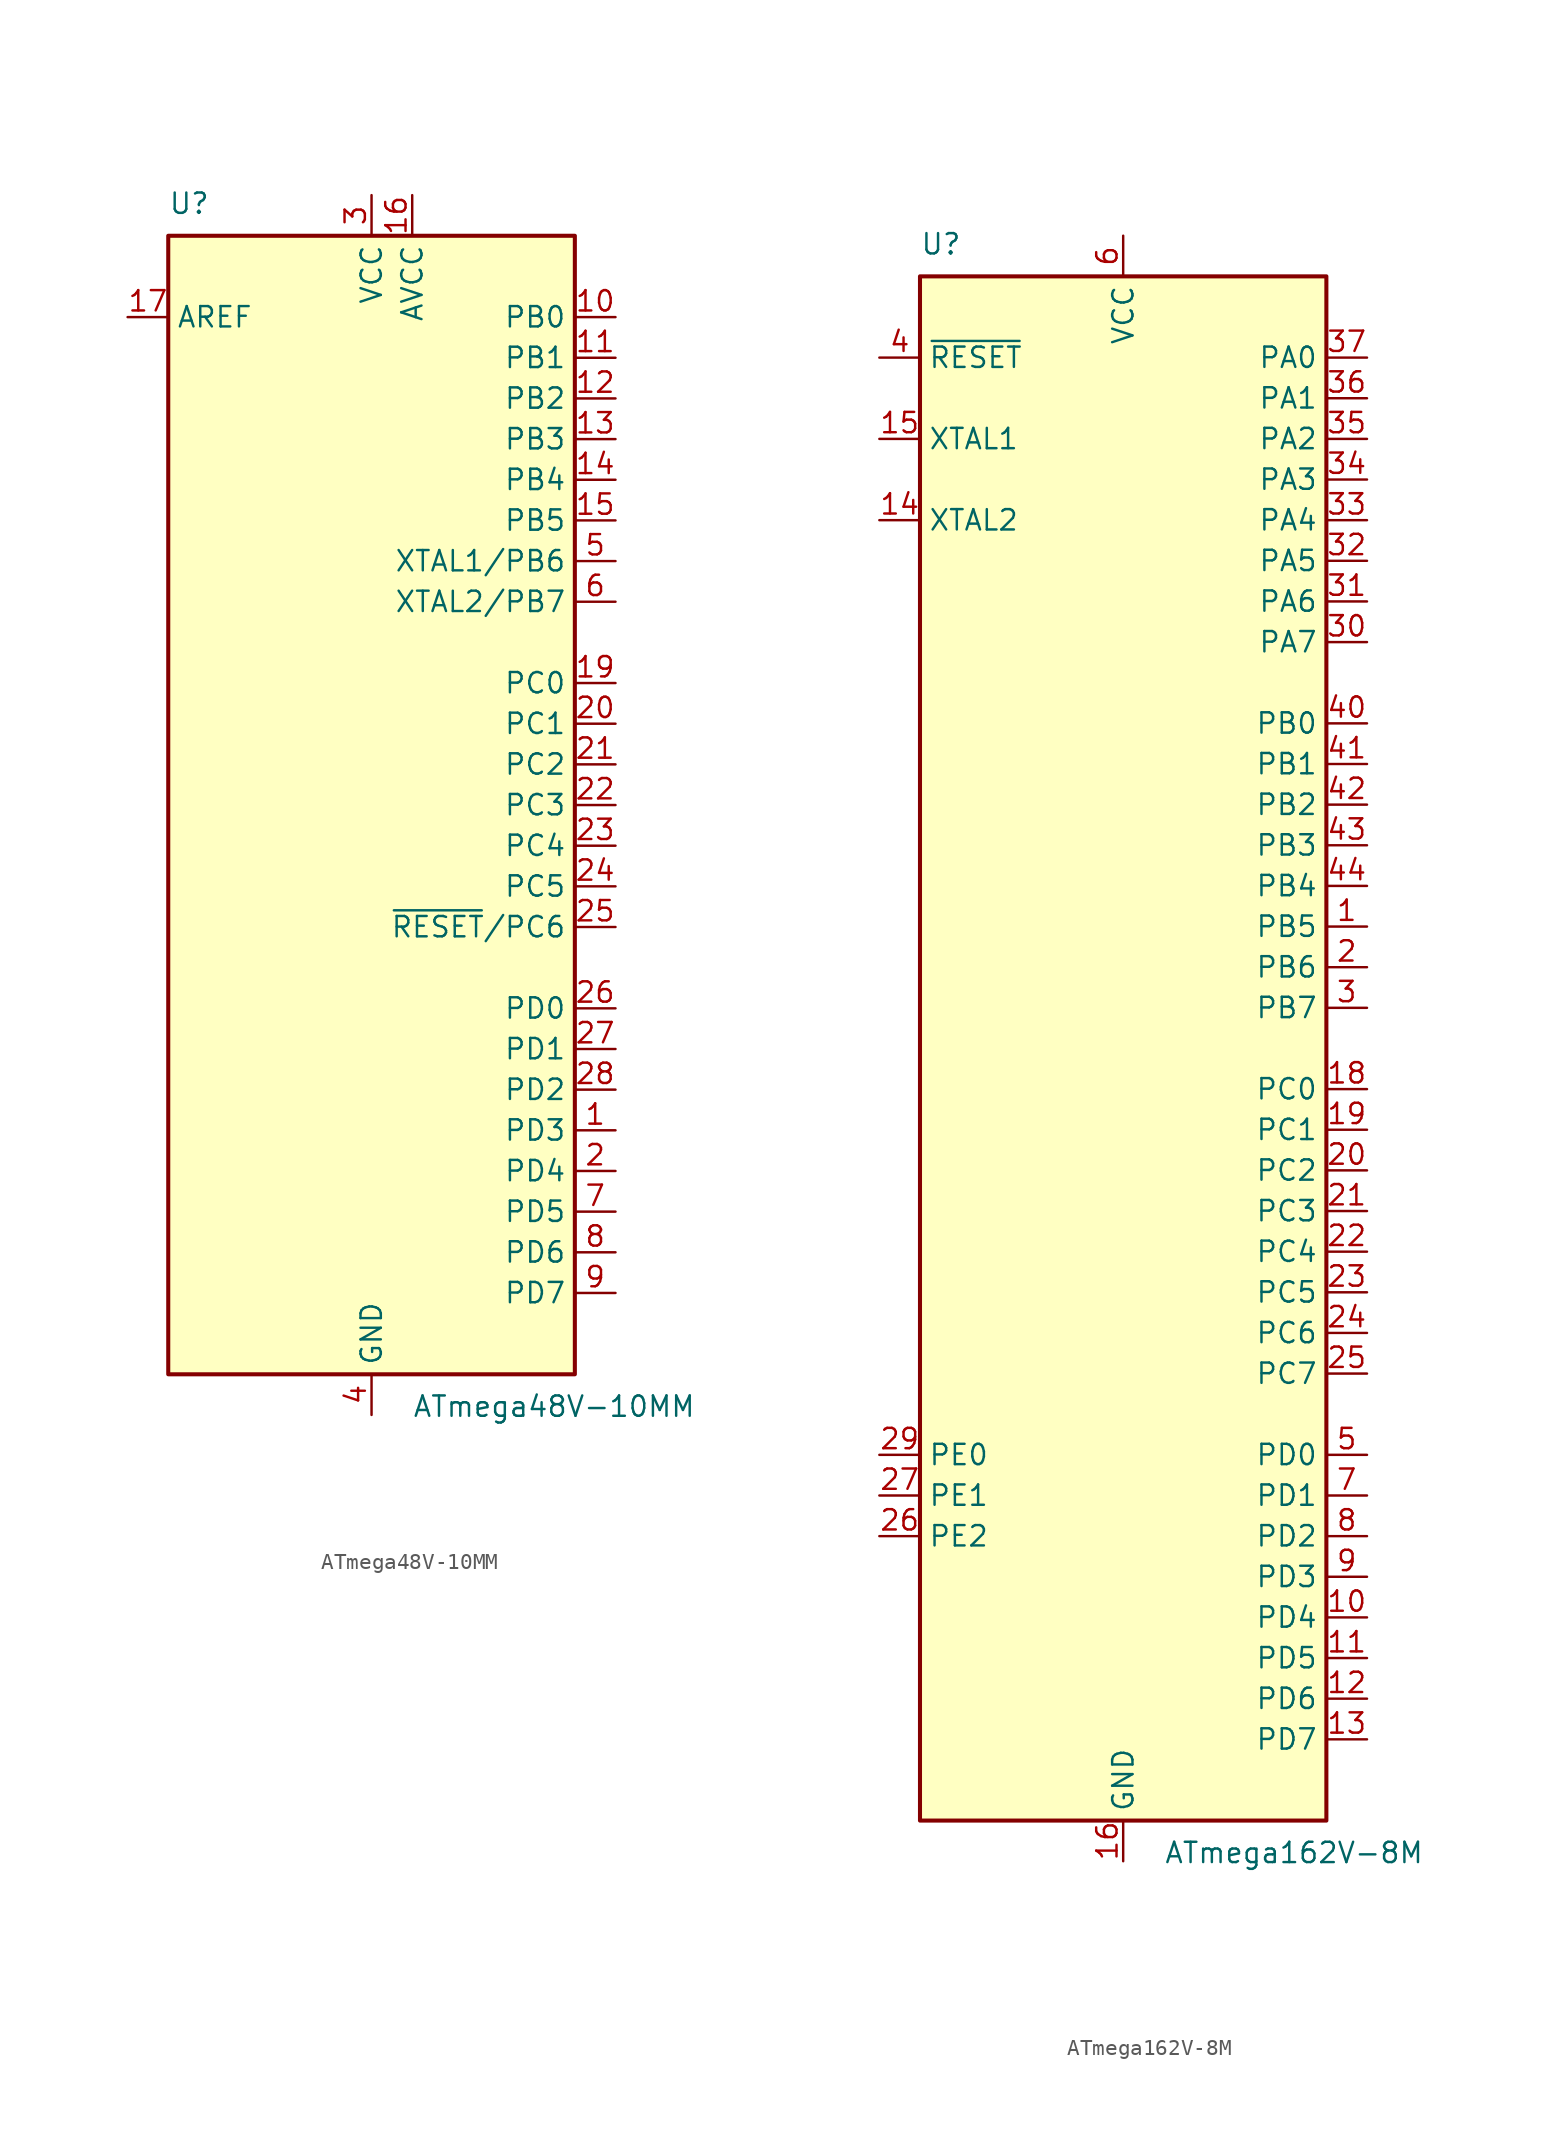
<source format=kicad_sym>
(kicad_symbol_lib
  (version 20201005)
  (generator kicad_symbol_editor)
  (symbol "MCU_Microchip_ATmega:ATmega48V-10MM"
    (property "Reference" "U"
      (at -12.7 36.83 0)
      (effects (font (size 1.27 1.27)) (justify left bottom)))
    (property "Value" "ATmega48V-10MM"
      (at 2.54 -36.83 0)
      (effects (font (size 1.27 1.27)) (justify left top)))
    (symbol "ATmega48V-10MM_0_1"
      (rectangle (start -12.7 -35.56) (end 12.7 35.56) (stroke (width 0.254)) (fill (type background))))
    (symbol "ATmega48V-10MM_1_1"
      (pin bidirectional line (at 15.24 -20.32 180) (length 2.54) (name "PD3" (effects (font (size 1.27 1.27)))) (number "1" (effects (font (size 1.27 1.27)))))
      (pin bidirectional line (at 15.24 30.48 180) (length 2.54) (name "PB0" (effects (font (size 1.27 1.27)))) (number "10" (effects (font (size 1.27 1.27)))))
      (pin bidirectional line (at 15.24 27.94 180) (length 2.54) (name "PB1" (effects (font (size 1.27 1.27)))) (number "11" (effects (font (size 1.27 1.27)))))
      (pin bidirectional line (at 15.24 25.4 180) (length 2.54) (name "PB2" (effects (font (size 1.27 1.27)))) (number "12" (effects (font (size 1.27 1.27)))))
      (pin bidirectional line (at 15.24 22.86 180) (length 2.54) (name "PB3" (effects (font (size 1.27 1.27)))) (number "13" (effects (font (size 1.27 1.27)))))
      (pin bidirectional line (at 15.24 20.32 180) (length 2.54) (name "PB4" (effects (font (size 1.27 1.27)))) (number "14" (effects (font (size 1.27 1.27)))))
      (pin bidirectional line (at 15.24 17.78 180) (length 2.54) (name "PB5" (effects (font (size 1.27 1.27)))) (number "15" (effects (font (size 1.27 1.27)))))
      (pin power_in line (at 2.54 38.1 270) (length 2.54) (name "AVCC" (effects (font (size 1.27 1.27)))) (number "16" (effects (font (size 1.27 1.27)))))
      (pin passive line (at -15.24 30.48 0) (length 2.54) (name "AREF" (effects (font (size 1.27 1.27)))) (number "17" (effects (font (size 1.27 1.27)))))
      (pin passive line (at 0 -38.1 90) (length 2.54) hide (name "GND" (effects (font (size 1.27 1.27)))) (number "18" (effects (font (size 1.27 1.27)))))
      (pin bidirectional line (at 15.24 7.62 180) (length 2.54) (name "PC0" (effects (font (size 1.27 1.27)))) (number "19" (effects (font (size 1.27 1.27)))))
      (pin bidirectional line (at 15.24 -22.86 180) (length 2.54) (name "PD4" (effects (font (size 1.27 1.27)))) (number "2" (effects (font (size 1.27 1.27)))))
      (pin bidirectional line (at 15.24 5.08 180) (length 2.54) (name "PC1" (effects (font (size 1.27 1.27)))) (number "20" (effects (font (size 1.27 1.27)))))
      (pin bidirectional line (at 15.24 2.54 180) (length 2.54) (name "PC2" (effects (font (size 1.27 1.27)))) (number "21" (effects (font (size 1.27 1.27)))))
      (pin bidirectional line (at 15.24 0 180) (length 2.54) (name "PC3" (effects (font (size 1.27 1.27)))) (number "22" (effects (font (size 1.27 1.27)))))
      (pin bidirectional line (at 15.24 -2.54 180) (length 2.54) (name "PC4" (effects (font (size 1.27 1.27)))) (number "23" (effects (font (size 1.27 1.27)))))
      (pin bidirectional line (at 15.24 -5.08 180) (length 2.54) (name "PC5" (effects (font (size 1.27 1.27)))) (number "24" (effects (font (size 1.27 1.27)))))
      (pin bidirectional line (at 15.24 -7.62 180) (length 2.54) (name "~RESET~/PC6" (effects (font (size 1.27 1.27)))) (number "25" (effects (font (size 1.27 1.27)))))
      (pin bidirectional line (at 15.24 -12.7 180) (length 2.54) (name "PD0" (effects (font (size 1.27 1.27)))) (number "26" (effects (font (size 1.27 1.27)))))
      (pin bidirectional line (at 15.24 -15.24 180) (length 2.54) (name "PD1" (effects (font (size 1.27 1.27)))) (number "27" (effects (font (size 1.27 1.27)))))
      (pin bidirectional line (at 15.24 -17.78 180) (length 2.54) (name "PD2" (effects (font (size 1.27 1.27)))) (number "28" (effects (font (size 1.27 1.27)))))
      (pin passive line (at 0 -38.1 90) (length 2.54) hide (name "GND" (effects (font (size 1.27 1.27)))) (number "29" (effects (font (size 1.27 1.27)))))
      (pin power_in line (at 0 38.1 270) (length 2.54) (name "VCC" (effects (font (size 1.27 1.27)))) (number "3" (effects (font (size 1.27 1.27)))))
      (pin power_in line (at 0 -38.1 90) (length 2.54) (name "GND" (effects (font (size 1.27 1.27)))) (number "4" (effects (font (size 1.27 1.27)))))
      (pin bidirectional line (at 15.24 15.24 180) (length 2.54) (name "XTAL1/PB6" (effects (font (size 1.27 1.27)))) (number "5" (effects (font (size 1.27 1.27)))))
      (pin bidirectional line (at 15.24 12.7 180) (length 2.54) (name "XTAL2/PB7" (effects (font (size 1.27 1.27)))) (number "6" (effects (font (size 1.27 1.27)))))
      (pin bidirectional line (at 15.24 -25.4 180) (length 2.54) (name "PD5" (effects (font (size 1.27 1.27)))) (number "7" (effects (font (size 1.27 1.27)))))
      (pin bidirectional line (at 15.24 -27.94 180) (length 2.54) (name "PD6" (effects (font (size 1.27 1.27)))) (number "8" (effects (font (size 1.27 1.27)))))
      (pin bidirectional line (at 15.24 -30.48 180) (length 2.54) (name "PD7" (effects (font (size 1.27 1.27)))) (number "9" (effects (font (size 1.27 1.27)))))))
  (symbol "MCU_Microchip_ATmega:ATmega162V-8M"
    (property "Reference" "U"
      (at -12.7 49.53 0)
      (effects (font (size 1.27 1.27)) (justify left bottom)))
    (property "Value" "ATmega162V-8M"
      (at 2.54 -49.53 0)
      (effects (font (size 1.27 1.27)) (justify left top)))
    (symbol "ATmega162V-8M_0_1"
      (rectangle (start -12.7 -48.26) (end 12.7 48.26) (stroke (width 0.254)) (fill (type background))))
    (symbol "ATmega162V-8M_1_1"
      (pin bidirectional line (at 15.24 7.62 180) (length 2.54) (name "PB5" (effects (font (size 1.27 1.27)))) (number "1" (effects (font (size 1.27 1.27)))))
      (pin bidirectional line (at 15.24 -35.56 180) (length 2.54) (name "PD4" (effects (font (size 1.27 1.27)))) (number "10" (effects (font (size 1.27 1.27)))))
      (pin bidirectional line (at 15.24 -38.1 180) (length 2.54) (name "PD5" (effects (font (size 1.27 1.27)))) (number "11" (effects (font (size 1.27 1.27)))))
      (pin bidirectional line (at 15.24 -40.64 180) (length 2.54) (name "PD6" (effects (font (size 1.27 1.27)))) (number "12" (effects (font (size 1.27 1.27)))))
      (pin bidirectional line (at 15.24 -43.18 180) (length 2.54) (name "PD7" (effects (font (size 1.27 1.27)))) (number "13" (effects (font (size 1.27 1.27)))))
      (pin output line (at -15.24 33.02 0) (length 2.54) (name "XTAL2" (effects (font (size 1.27 1.27)))) (number "14" (effects (font (size 1.27 1.27)))))
      (pin input line (at -15.24 38.1 0) (length 2.54) (name "XTAL1" (effects (font (size 1.27 1.27)))) (number "15" (effects (font (size 1.27 1.27)))))
      (pin power_in line (at 0 -50.8 90) (length 2.54) (name "GND" (effects (font (size 1.27 1.27)))) (number "16" (effects (font (size 1.27 1.27)))))
      (pin passive line (at 0 50.8 270) (length 2.54) hide (name "VCC" (effects (font (size 1.27 1.27)))) (number "17" (effects (font (size 1.27 1.27)))))
      (pin bidirectional line (at 15.24 -2.54 180) (length 2.54) (name "PC0" (effects (font (size 1.27 1.27)))) (number "18" (effects (font (size 1.27 1.27)))))
      (pin bidirectional line (at 15.24 -5.08 180) (length 2.54) (name "PC1" (effects (font (size 1.27 1.27)))) (number "19" (effects (font (size 1.27 1.27)))))
      (pin bidirectional line (at 15.24 5.08 180) (length 2.54) (name "PB6" (effects (font (size 1.27 1.27)))) (number "2" (effects (font (size 1.27 1.27)))))
      (pin bidirectional line (at 15.24 -7.62 180) (length 2.54) (name "PC2" (effects (font (size 1.27 1.27)))) (number "20" (effects (font (size 1.27 1.27)))))
      (pin bidirectional line (at 15.24 -10.16 180) (length 2.54) (name "PC3" (effects (font (size 1.27 1.27)))) (number "21" (effects (font (size 1.27 1.27)))))
      (pin bidirectional line (at 15.24 -12.7 180) (length 2.54) (name "PC4" (effects (font (size 1.27 1.27)))) (number "22" (effects (font (size 1.27 1.27)))))
      (pin bidirectional line (at 15.24 -15.24 180) (length 2.54) (name "PC5" (effects (font (size 1.27 1.27)))) (number "23" (effects (font (size 1.27 1.27)))))
      (pin bidirectional line (at 15.24 -17.78 180) (length 2.54) (name "PC6" (effects (font (size 1.27 1.27)))) (number "24" (effects (font (size 1.27 1.27)))))
      (pin bidirectional line (at 15.24 -20.32 180) (length 2.54) (name "PC7" (effects (font (size 1.27 1.27)))) (number "25" (effects (font (size 1.27 1.27)))))
      (pin bidirectional line (at -15.24 -30.48 0) (length 2.54) (name "PE2" (effects (font (size 1.27 1.27)))) (number "26" (effects (font (size 1.27 1.27)))))
      (pin bidirectional line (at -15.24 -27.94 0) (length 2.54) (name "PE1" (effects (font (size 1.27 1.27)))) (number "27" (effects (font (size 1.27 1.27)))))
      (pin passive line (at 0 -50.8 90) (length 2.54) hide (name "GND" (effects (font (size 1.27 1.27)))) (number "28" (effects (font (size 1.27 1.27)))))
      (pin bidirectional line (at -15.24 -25.4 0) (length 2.54) (name "PE0" (effects (font (size 1.27 1.27)))) (number "29" (effects (font (size 1.27 1.27)))))
      (pin bidirectional line (at 15.24 2.54 180) (length 2.54) (name "PB7" (effects (font (size 1.27 1.27)))) (number "3" (effects (font (size 1.27 1.27)))))
      (pin bidirectional line (at 15.24 25.4 180) (length 2.54) (name "PA7" (effects (font (size 1.27 1.27)))) (number "30" (effects (font (size 1.27 1.27)))))
      (pin bidirectional line (at 15.24 27.94 180) (length 2.54) (name "PA6" (effects (font (size 1.27 1.27)))) (number "31" (effects (font (size 1.27 1.27)))))
      (pin bidirectional line (at 15.24 30.48 180) (length 2.54) (name "PA5" (effects (font (size 1.27 1.27)))) (number "32" (effects (font (size 1.27 1.27)))))
      (pin bidirectional line (at 15.24 33.02 180) (length 2.54) (name "PA4" (effects (font (size 1.27 1.27)))) (number "33" (effects (font (size 1.27 1.27)))))
      (pin bidirectional line (at 15.24 35.56 180) (length 2.54) (name "PA3" (effects (font (size 1.27 1.27)))) (number "34" (effects (font (size 1.27 1.27)))))
      (pin bidirectional line (at 15.24 38.1 180) (length 2.54) (name "PA2" (effects (font (size 1.27 1.27)))) (number "35" (effects (font (size 1.27 1.27)))))
      (pin bidirectional line (at 15.24 40.64 180) (length 2.54) (name "PA1" (effects (font (size 1.27 1.27)))) (number "36" (effects (font (size 1.27 1.27)))))
      (pin bidirectional line (at 15.24 43.18 180) (length 2.54) (name "PA0" (effects (font (size 1.27 1.27)))) (number "37" (effects (font (size 1.27 1.27)))))
      (pin passive line (at 0 50.8 270) (length 2.54) hide (name "VCC" (effects (font (size 1.27 1.27)))) (number "38" (effects (font (size 1.27 1.27)))))
      (pin passive line (at 0 -50.8 90) (length 2.54) hide (name "GND" (effects (font (size 1.27 1.27)))) (number "39" (effects (font (size 1.27 1.27)))))
      (pin input line (at -15.24 43.18 0) (length 2.54) (name "~RESET" (effects (font (size 1.27 1.27)))) (number "4" (effects (font (size 1.27 1.27)))))
      (pin bidirectional line (at 15.24 20.32 180) (length 2.54) (name "PB0" (effects (font (size 1.27 1.27)))) (number "40" (effects (font (size 1.27 1.27)))))
      (pin bidirectional line (at 15.24 17.78 180) (length 2.54) (name "PB1" (effects (font (size 1.27 1.27)))) (number "41" (effects (font (size 1.27 1.27)))))
      (pin bidirectional line (at 15.24 15.24 180) (length 2.54) (name "PB2" (effects (font (size 1.27 1.27)))) (number "42" (effects (font (size 1.27 1.27)))))
      (pin bidirectional line (at 15.24 12.7 180) (length 2.54) (name "PB3" (effects (font (size 1.27 1.27)))) (number "43" (effects (font (size 1.27 1.27)))))
      (pin bidirectional line (at 15.24 10.16 180) (length 2.54) (name "PB4" (effects (font (size 1.27 1.27)))) (number "44" (effects (font (size 1.27 1.27)))))
      (pin passive line (at 0 -50.8 90) (length 2.54) hide (name "GND" (effects (font (size 1.27 1.27)))) (number "45" (effects (font (size 1.27 1.27)))))
      (pin bidirectional line (at 15.24 -25.4 180) (length 2.54) (name "PD0" (effects (font (size 1.27 1.27)))) (number "5" (effects (font (size 1.27 1.27)))))
      (pin power_in line (at 0 50.8 270) (length 2.54) (name "VCC" (effects (font (size 1.27 1.27)))) (number "6" (effects (font (size 1.27 1.27)))))
      (pin bidirectional line (at 15.24 -27.94 180) (length 2.54) (name "PD1" (effects (font (size 1.27 1.27)))) (number "7" (effects (font (size 1.27 1.27)))))
      (pin bidirectional line (at 15.24 -30.48 180) (length 2.54) (name "PD2" (effects (font (size 1.27 1.27)))) (number "8" (effects (font (size 1.27 1.27)))))
      (pin bidirectional line (at 15.24 -33.02 180) (length 2.54) (name "PD3" (effects (font (size 1.27 1.27)))) (number "9" (effects (font (size 1.27 1.27))))))))
</source>
